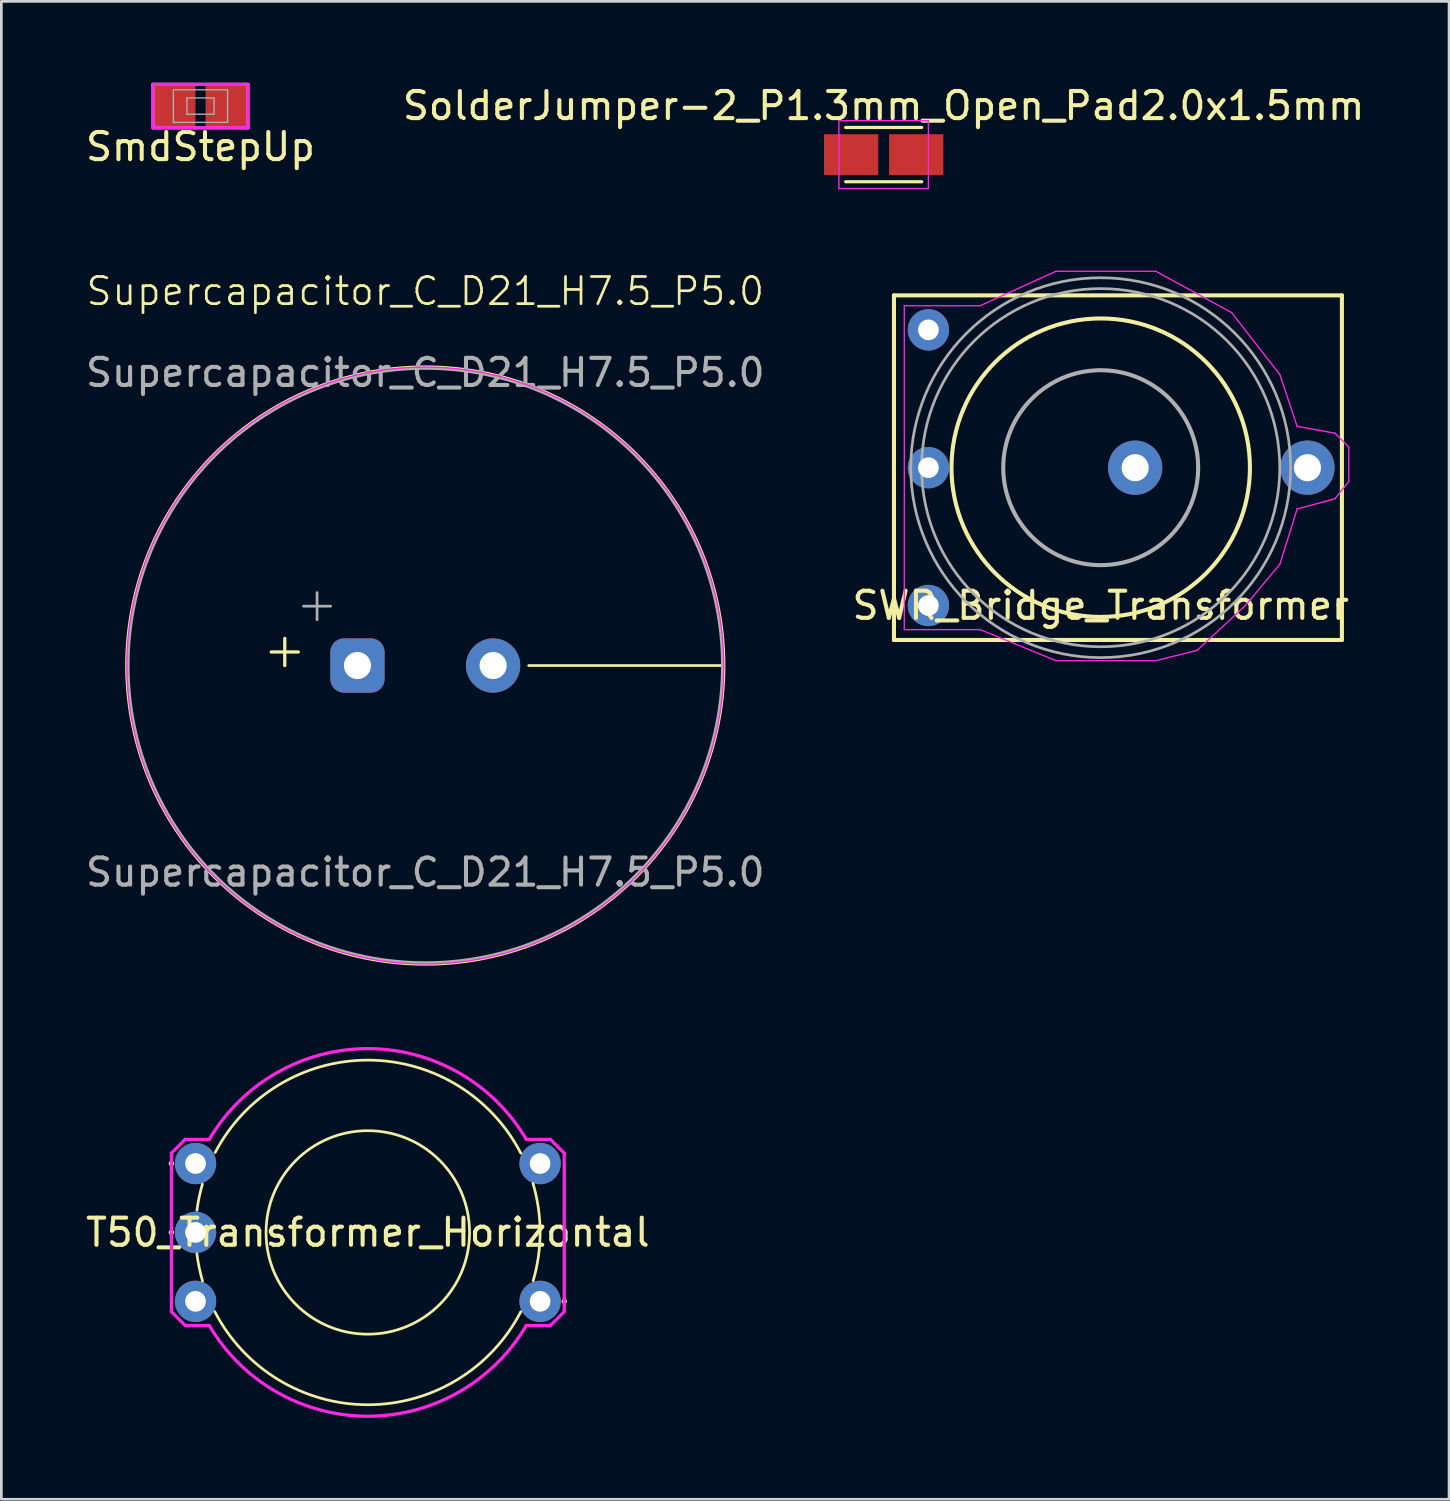
<source format=kicad_pcb>
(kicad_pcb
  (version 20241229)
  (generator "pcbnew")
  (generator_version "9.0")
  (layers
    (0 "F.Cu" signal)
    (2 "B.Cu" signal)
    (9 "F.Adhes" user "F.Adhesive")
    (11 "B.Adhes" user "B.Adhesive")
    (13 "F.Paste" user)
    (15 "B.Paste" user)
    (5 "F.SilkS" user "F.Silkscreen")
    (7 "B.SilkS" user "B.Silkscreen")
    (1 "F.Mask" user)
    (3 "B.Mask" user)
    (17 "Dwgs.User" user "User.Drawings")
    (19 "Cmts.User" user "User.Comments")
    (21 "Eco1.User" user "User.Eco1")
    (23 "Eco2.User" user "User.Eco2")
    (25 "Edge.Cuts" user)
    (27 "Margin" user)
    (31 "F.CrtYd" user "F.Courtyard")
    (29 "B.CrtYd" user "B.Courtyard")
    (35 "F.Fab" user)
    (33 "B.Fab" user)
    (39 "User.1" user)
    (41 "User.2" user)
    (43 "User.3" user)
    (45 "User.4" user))
  (footprint "T50_Transformer_Horizontal"
    (layer "F.Cu")
    (at 10.506 42.373)
    (property "Reference" "T50_Transformer_Horizontal" (at 0 0 0) (layer "F.SilkS") (effects (font (size 1 1) (thickness 0.15))))
    (attr through_hole)
    (fp_line (start -5.867 -3.429) (end -6.731 -3.429) (stroke (width 0.1) (type solid)) (layer "F.SilkS"))
    (fp_arc (start -6.297789 -0.812617) (mid -6.215665 -1.299231) (end -6.096 -1.777999) (stroke (width 0.1) (type solid)) (layer "F.SilkS"))
    (fp_arc (start -6.090264 1.791253) (mid -6.215032 1.293551) (end -6.299199 0.787399) (stroke (width 0.1) (type solid)) (layer "F.SilkS"))
    (fp_arc (start -5.625434 -2.946656) (mid 0.014465 -6.350439) (end 5.638799 -2.920999) (stroke (width 0.1) (type solid)) (layer "F.SilkS"))
    (fp_arc (start 5.638799 2.921) (mid 0 6.350456) (end -5.638799 2.920999) (stroke (width 0.1) (type solid)) (layer "F.SilkS"))
    (fp_arc (start 6.087082 -1.808296) (mid 6.349981 -0.015791) (end 6.096 1.778) (stroke (width 0.1) (type solid)) (layer "F.SilkS"))
    (fp_circle (center -7.239 -2.54) (end -7.189 -2.54) (stroke (width 0.1) (type solid)) (fill no) (layer "F.SilkS"))
    (fp_circle (center -7.239 0) (end -7.189 0) (stroke (width 0.1) (type solid)) (fill no) (layer "F.SilkS"))
    (fp_circle (center 0 0) (end 3.75 0) (stroke (width 0.1) (type solid)) (fill no) (layer "F.SilkS"))
    (fp_circle (center 7.239 2.54) (end 7.289 2.54) (stroke (width 0.1) (type solid)) (fill no) (layer "F.SilkS"))
    (fp_line (start -7.239 -2.921) (end -7.239 2.921) (stroke (width 0.12) (type solid)) (layer "F.CrtYd"))
    (fp_line (start -7.239 2.921) (end -6.731 3.429) (stroke (width 0.12) (type solid)) (layer "F.CrtYd"))
    (fp_line (start -6.731 -3.429) (end -7.239 -2.921) (stroke (width 0.12) (type solid)) (layer "F.CrtYd"))
    (fp_line (start -6.731 3.429) (end -5.842 3.429) (stroke (width 0.12) (type solid)) (layer "F.CrtYd"))
    (fp_line (start -5.842 -3.429) (end -6.731 -3.429) (stroke (width 0.12) (type solid)) (layer "F.CrtYd"))
    (fp_line (start 5.842 -3.429) (end 6.731 -3.429) (stroke (width 0.12) (type solid)) (layer "F.CrtYd"))
    (fp_line (start 6.731 -3.429) (end 7.239 -2.921) (stroke (width 0.12) (type solid)) (layer "F.CrtYd"))
    (fp_line (start 6.731 3.429) (end 5.842 3.429) (stroke (width 0.12) (type solid)) (layer "F.CrtYd"))
    (fp_line (start 7.239 -2.921) (end 7.239 2.921) (stroke (width 0.12) (type solid)) (layer "F.CrtYd"))
    (fp_line (start 7.239 2.921) (end 6.731 3.429) (stroke (width 0.12) (type solid)) (layer "F.CrtYd"))
    (fp_arc (start -5.842 -3.429) (mid 0 -6.773995) (end 5.842 -3.429) (stroke (width 0.12) (type solid)) (layer "F.CrtYd"))
    (fp_arc (start 5.841999 3.429) (mid 0 6.773994) (end -5.841999 3.428999) (stroke (width 0.12) (type solid)) (layer "F.CrtYd"))
    (pad "1" thru_hole circle (at -6.35 -2.54) (size 1.524 1.524) (drill 0.762) (layers "*.Cu" "*.Mask"))
    (pad "2" thru_hole circle (at -6.35 0) (size 1.524 1.524) (drill 0.762) (layers "*.Cu" "*.Mask"))
    (pad "3" thru_hole circle (at -6.35 2.54) (size 1.524 1.524) (drill 0.762) (layers "*.Cu" "*.Mask"))
    (pad "4" thru_hole circle (at 6.35 2.54) (size 1.524 1.524) (drill 0.762) (layers "*.Cu" "*.Mask"))
    (pad "5" thru_hole circle (at 6.35 -2.54) (size 1.524 1.524) (drill 0.762) (layers "*.Cu" "*.Mask")))
  (footprint "Supercapacitor_C_D21_H7.5_P5.0"
    (layer "F.Cu")
    (at 12.625 21.479)
    (property "Reference" "Supercapacitor_C_D21_H7.5_P5.0" (at 0 -13.795 0) (unlocked yes) (layer "F.SilkS") (effects (font (size 1 1) (thickness 0.1))))
    (attr through_hole)
    (fp_line (start -5.68 -0.5) (end -4.68 -0.5) (stroke (width 0.12) (type solid)) (layer "F.SilkS"))
    (fp_line (start -5.18 -1) (end -5.18 0) (stroke (width 0.12) (type solid)) (layer "F.SilkS"))
    (fp_line (start 3.81 0) (end 11 0) (stroke (width 0.1) (type default)) (layer "F.SilkS"))
    (fp_circle (center 0 0) (end 11 0) (stroke (width 0.12) (type solid)) (fill no) (layer "F.SilkS"))
    (fp_circle (center 0 0) (end 11 0) (stroke (width 0.05) (type solid)) (fill no) (layer "F.CrtYd"))
    (fp_line (start -4.489 -2.188) (end -3.489 -2.188) (stroke (width 0.1) (type solid)) (layer "F.Fab"))
    (fp_line (start -3.989 -2.688) (end -3.989 -1.688) (stroke (width 0.1) (type solid)) (layer "F.Fab"))
    (fp_circle (center 0 0) (end 10.95 0) (stroke (width 0.1) (type solid)) (fill no) (layer "F.Fab"))
    (fp_text user "${REFERENCE}" (at 0 7.62 0) (layer "F.Fab") (effects (font (size 1 1) (thickness 0.15))))
    (fp_text user "${REFERENCE}" (at 0 -10.795 0) (unlocked yes) (layer "F.Fab") (effects (font (size 1 1) (thickness 0.15))))
    (pad "1" thru_hole roundrect (at -2.5 0) (size 2 2) (drill 1) (layers "*.Cu" "*.Mask") (roundrect_rratio 0.25))
    (pad "2" thru_hole circle (at 2.5 0) (size 2 2) (drill 1) (layers "*.Cu" "*.Mask")))
  (footprint "SmdStepUp"
    (layer "F.Cu")
    (at 4.339 0.86)
    (property "Reference" "SmdStepUp" (at 0 1.5 0) (layer "F.SilkS") (effects (font (size 1 1) (thickness 0.15))))
    (attr through_hole)
    (fp_line (start -1.75 -0.8) (end 1.75 -0.8) (stroke (width 0.12) (type solid)) (layer "F.CrtYd"))
    (fp_line (start -1.75 0.8) (end -1.75 -0.8) (stroke (width 0.12) (type solid)) (layer "F.CrtYd"))
    (fp_line (start 1.75 -0.8) (end 1.75 0.8) (stroke (width 0.12) (type solid)) (layer "F.CrtYd"))
    (fp_line (start 1.75 0.8) (end -1.75 0.8) (stroke (width 0.12) (type solid)) (layer "F.CrtYd"))
    (fp_line (start -1.75 -0.8) (end 1.75 -0.8) (stroke (width 0.12) (type solid)) (layer "F.Fab"))
    (fp_line (start -1.75 0.8) (end -1.75 -0.8) (stroke (width 0.12) (type solid)) (layer "F.Fab"))
    (fp_line (start -1 -0.6) (end -1 0.6) (stroke (width 0.05) (type solid)) (layer "F.Fab"))
    (fp_line (start -1 -0.6) (end 1 -0.6) (stroke (width 0.05) (type solid)) (layer "F.Fab"))
    (fp_line (start -1 0.6) (end 1 0.6) (stroke (width 0.05) (type solid)) (layer "F.Fab"))
    (fp_line (start -0.5 -0.3) (end -0.5 0.3) (stroke (width 0.05) (type solid)) (layer "F.Fab"))
    (fp_line (start -0.5 -0.3) (end 0.5 -0.3) (stroke (width 0.05) (type solid)) (layer "F.Fab"))
    (fp_line (start 0.5 -0.3) (end 0.5 0.3) (stroke (width 0.05) (type solid)) (layer "F.Fab"))
    (fp_line (start 0.5 0.3) (end -0.5 0.3) (stroke (width 0.05) (type solid)) (layer "F.Fab"))
    (fp_line (start 1 0.6) (end 1 -0.6) (stroke (width 0.05) (type solid)) (layer "F.Fab"))
    (fp_line (start 1.75 -0.8) (end 1.75 0.8) (stroke (width 0.12) (type solid)) (layer "F.Fab"))
    (fp_line (start 1.75 0.8) (end -1.75 0.8) (stroke (width 0.12) (type solid)) (layer "F.Fab"))
    (pad "1" smd rect (at -0.95 0) (size 1.524 1.524) (layers "F.Cu" "F.Mask" "F.Paste"))
    (pad "2" smd rect (at 0.95 0) (size 1.524 1.524) (layers "F.Cu" "F.Mask" "F.Paste")))
  (footprint "SolderJumper-2_P1.3mm_Open_Pad2.0x1.5mm"
    (layer "F.Cu")
    (at 29.518 2.648)
    (property "Reference" "SolderJumper-2_P1.3mm_Open_Pad2.0x1.5mm" (at 0 -1.8 0) (layer "F.SilkS") (effects (font (size 1 1) (thickness 0.15))))
    (attr smd exclude_from_pos_files exclude_from_bom allow_missing_courtyard)
    (fp_line (start -1.4 -1) (end 1.4 -1) (stroke (width 0.12) (type solid)) (layer "F.SilkS"))
    (fp_line (start 1.4 1) (end -1.4 1) (stroke (width 0.12) (type solid)) (layer "F.SilkS"))
    (fp_line (start -1.65 -1.25) (end -1.65 1.25) (stroke (width 0.05) (type solid)) (layer "F.CrtYd"))
    (fp_line (start -1.65 -1.25) (end 1.65 -1.25) (stroke (width 0.05) (type solid)) (layer "F.CrtYd"))
    (fp_line (start 1.65 1.25) (end -1.65 1.25) (stroke (width 0.05) (type solid)) (layer "F.CrtYd"))
    (fp_line (start 1.65 1.25) (end 1.65 -1.25) (stroke (width 0.05) (type solid)) (layer "F.CrtYd"))
    (pad "1" smd rect (at -1.2 0) (size 2 1.5) (layers "F.Cu" "F.Mask"))
    (pad "2" smd rect (at 1.2 0) (size 2 1.5) (layers "F.Cu" "F.Mask")))
  (footprint "SWR_Bridge_Transformer"
    (layer "F.Cu")
    (at 37.518 14.187)
    (property "Reference" "SWR_Bridge_Transformer" (at 0 5.08 0) (layer "F.SilkS") (effects (font (size 1 1) (thickness 0.15))))
    (attr through_hole)
    (fp_line (start -7.62 -6.35) (end 8.89 -6.35) (stroke (width 0.15) (type solid)) (layer "F.SilkS"))
    (fp_line (start -7.62 0) (end -7.62 -6.35) (stroke (width 0.15) (type solid)) (layer "F.SilkS"))
    (fp_line (start -7.62 6.35) (end -7.62 0) (stroke (width 0.15) (type solid)) (layer "F.SilkS"))
    (fp_line (start 8.89 -6.35) (end 8.89 6.35) (stroke (width 0.15) (type solid)) (layer "F.SilkS"))
    (fp_line (start 8.89 6.35) (end -7.62 6.35) (stroke (width 0.15) (type solid)) (layer "F.SilkS"))
    (fp_circle (center 0 0) (end 5.5 0) (stroke (width 0.15) (type solid)) (fill no) (layer "F.SilkS"))
    (fp_line (start -7.239 -5.969) (end -4.445 -5.969) (stroke (width 0.05) (type solid)) (layer "F.CrtYd"))
    (fp_line (start -7.239 5.969) (end -7.239 -5.969) (stroke (width 0.05) (type solid)) (layer "F.CrtYd"))
    (fp_line (start -4.445 -5.969) (end -1.651 -7.239) (stroke (width 0.05) (type solid)) (layer "F.CrtYd"))
    (fp_line (start -4.445 5.969) (end -7.239 5.969) (stroke (width 0.05) (type solid)) (layer "F.CrtYd"))
    (fp_line (start -1.651 -7.239) (end 2.032 -7.239) (stroke (width 0.05) (type solid)) (layer "F.CrtYd"))
    (fp_line (start -1.651 7.112) (end -4.445 5.969) (stroke (width 0.05) (type solid)) (layer "F.CrtYd"))
    (fp_line (start 2.032 -7.239) (end 4.826 -5.715) (stroke (width 0.05) (type solid)) (layer "F.CrtYd"))
    (fp_line (start 2.032 7.112) (end -1.651 7.112) (stroke (width 0.05) (type solid)) (layer "F.CrtYd"))
    (fp_line (start 3.556 6.731) (end 2.032 7.112) (stroke (width 0.05) (type solid)) (layer "F.CrtYd"))
    (fp_line (start 4.826 -5.715) (end 6.604 -3.429) (stroke (width 0.05) (type solid)) (layer "F.CrtYd"))
    (fp_line (start 5.334 5.08) (end 3.556 6.731) (stroke (width 0.05) (type solid)) (layer "F.CrtYd"))
    (fp_line (start 6.604 -3.429) (end 7.239 -1.524) (stroke (width 0.05) (type solid)) (layer "F.CrtYd"))
    (fp_line (start 6.604 3.556) (end 5.334 5.08) (stroke (width 0.05) (type solid)) (layer "F.CrtYd"))
    (fp_line (start 7.239 -1.524) (end 8.636 -1.27) (stroke (width 0.05) (type solid)) (layer "F.CrtYd"))
    (fp_line (start 7.239 1.524) (end 6.604 3.556) (stroke (width 0.05) (type solid)) (layer "F.CrtYd"))
    (fp_line (start 8.636 -1.27) (end 9.144 -0.762) (stroke (width 0.05) (type solid)) (layer "F.CrtYd"))
    (fp_line (start 8.636 1.143) (end 7.239 1.524) (stroke (width 0.05) (type solid)) (layer "F.CrtYd"))
    (fp_line (start 9.144 -0.762) (end 9.144 0.508) (stroke (width 0.05) (type solid)) (layer "F.CrtYd"))
    (fp_line (start 9.144 0.508) (end 8.636 1.143) (stroke (width 0.05) (type solid)) (layer "F.CrtYd"))
    (fp_circle (center 0 0) (end 3.592 0) (stroke (width 0.15) (type solid)) (fill no) (layer "F.Fab"))
    (fp_circle (center 0 0) (end 6.6 0) (stroke (width 0.1) (type solid)) (fill no) (layer "F.Fab"))
    (fp_circle (center 0 0) (end 7 0) (stroke (width 0.1) (type solid)) (fill no) (layer "F.Fab"))
    (pad "1" thru_hole circle (at -6.35 -5.08) (size 1.524 1.524) (drill 0.762) (layers "*.Cu" "*.Mask"))
    (pad "2" thru_hole circle (at -6.35 0) (size 1.524 1.524) (drill 0.762) (layers "*.Cu" "*.Mask"))
    (pad "3" thru_hole circle (at -6.35 5.08) (size 1.524 1.524) (drill 0.762) (layers "*.Cu" "*.Mask"))
    (pad "4" thru_hole circle (at 1.27 0) (size 2 2) (drill 1) (layers "*.Cu" "*.Mask"))
    (pad "5" thru_hole circle (at 7.62 0) (size 2 2) (drill 1) (layers "*.Cu" "*.Mask")))
  (gr_rect
    (start -3 -3)
    (end 50.357 52.207)
    (stroke (width 0.1) (type default))
    (fill no)
    (layer "Edge.Cuts")))
</source>
